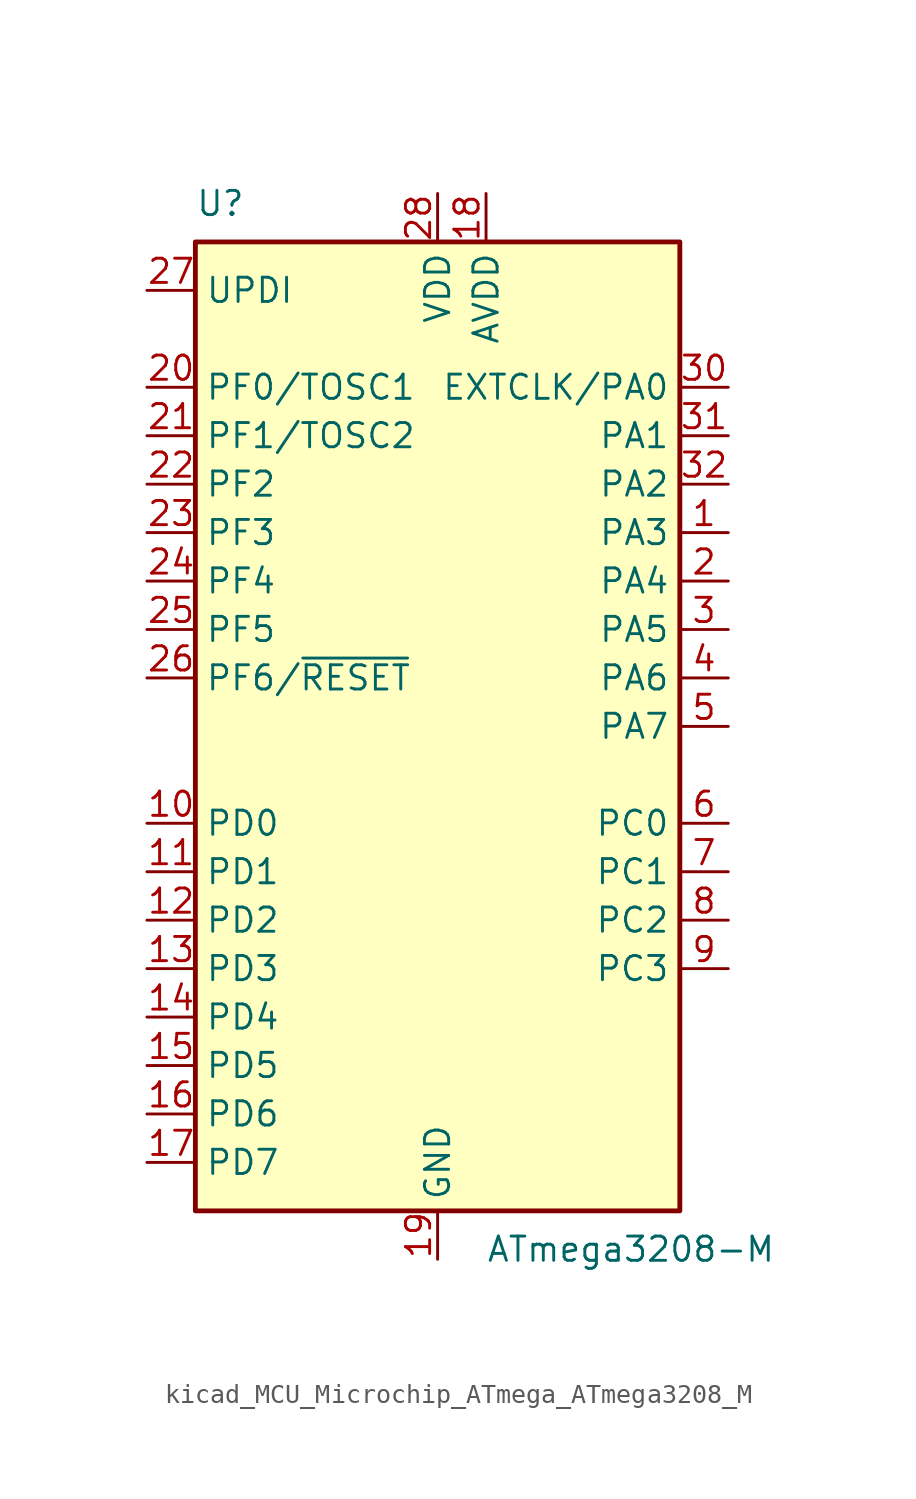
<source format=kicad_sym>
(kicad_symbol_lib
  (version 20220914)
  (generator kicad_symbol_editor)
  (symbol "kicad_MCU_Microchip_ATmega_ATmega3208_M"
    (property "Reference" "U"
      (at -12.7 26.67 0)
      (effects (font (size 1.27 1.27)) (justify left bottom)))
    (property "Value" "ATmega3208-M"
      (at 2.54 -26.67 0)
      (effects (font (size 1.27 1.27)) (justify left top)))
    (symbol "kicad_MCU_Microchip_ATmega_ATmega3208_M_0_1"
      (rectangle (start -12.7 -25.4) (end 12.7 25.4) (stroke (width 0.254) (type default)) (fill (type background))))
    (symbol "kicad_MCU_Microchip_ATmega_ATmega3208_M_1_1"
      (pin bidirectional line (at 15.24 10.16 180) (length 2.54) (name "PA3" (effects (font (size 1.27 1.27)))) (number "1" (effects (font (size 1.27 1.27)))))
      (pin bidirectional line (at -15.24 -5.08 0) (length 2.54) (name "PD0" (effects (font (size 1.27 1.27)))) (number "10" (effects (font (size 1.27 1.27)))))
      (pin bidirectional line (at -15.24 -7.62 0) (length 2.54) (name "PD1" (effects (font (size 1.27 1.27)))) (number "11" (effects (font (size 1.27 1.27)))))
      (pin bidirectional line (at -15.24 -10.16 0) (length 2.54) (name "PD2" (effects (font (size 1.27 1.27)))) (number "12" (effects (font (size 1.27 1.27)))))
      (pin bidirectional line (at -15.24 -12.7 0) (length 2.54) (name "PD3" (effects (font (size 1.27 1.27)))) (number "13" (effects (font (size 1.27 1.27)))))
      (pin bidirectional line (at -15.24 -15.24 0) (length 2.54) (name "PD4" (effects (font (size 1.27 1.27)))) (number "14" (effects (font (size 1.27 1.27)))))
      (pin bidirectional line (at -15.24 -17.78 0) (length 2.54) (name "PD5" (effects (font (size 1.27 1.27)))) (number "15" (effects (font (size 1.27 1.27)))))
      (pin bidirectional line (at -15.24 -20.32 0) (length 2.54) (name "PD6" (effects (font (size 1.27 1.27)))) (number "16" (effects (font (size 1.27 1.27)))))
      (pin bidirectional line (at -15.24 -22.86 0) (length 2.54) (name "PD7" (effects (font (size 1.27 1.27)))) (number "17" (effects (font (size 1.27 1.27)))))
      (pin power_in line (at 2.54 27.94 270) (length 2.54) (name "AVDD" (effects (font (size 1.27 1.27)))) (number "18" (effects (font (size 1.27 1.27)))))
      (pin power_in line (at 0 -27.94 90) (length 2.54) (name "GND" (effects (font (size 1.27 1.27)))) (number "19" (effects (font (size 1.27 1.27)))))
      (pin bidirectional line (at 15.24 7.62 180) (length 2.54) (name "PA4" (effects (font (size 1.27 1.27)))) (number "2" (effects (font (size 1.27 1.27)))))
      (pin bidirectional line (at -15.24 17.78 0) (length 2.54) (name "PF0/TOSC1" (effects (font (size 1.27 1.27)))) (number "20" (effects (font (size 1.27 1.27)))))
      (pin bidirectional line (at -15.24 15.24 0) (length 2.54) (name "PF1/TOSC2" (effects (font (size 1.27 1.27)))) (number "21" (effects (font (size 1.27 1.27)))))
      (pin bidirectional line (at -15.24 12.7 0) (length 2.54) (name "PF2" (effects (font (size 1.27 1.27)))) (number "22" (effects (font (size 1.27 1.27)))))
      (pin bidirectional line (at -15.24 10.16 0) (length 2.54) (name "PF3" (effects (font (size 1.27 1.27)))) (number "23" (effects (font (size 1.27 1.27)))))
      (pin bidirectional line (at -15.24 7.62 0) (length 2.54) (name "PF4" (effects (font (size 1.27 1.27)))) (number "24" (effects (font (size 1.27 1.27)))))
      (pin bidirectional line (at -15.24 5.08 0) (length 2.54) (name "PF5" (effects (font (size 1.27 1.27)))) (number "25" (effects (font (size 1.27 1.27)))))
      (pin bidirectional line (at -15.24 2.54 0) (length 2.54) (name "PF6/~{RESET}" (effects (font (size 1.27 1.27)))) (number "26" (effects (font (size 1.27 1.27)))))
      (pin bidirectional line (at -15.24 22.86 0) (length 2.54) (name "UPDI" (effects (font (size 1.27 1.27)))) (number "27" (effects (font (size 1.27 1.27)))))
      (pin power_in line (at 0 27.94 270) (length 2.54) (name "VDD" (effects (font (size 1.27 1.27)))) (number "28" (effects (font (size 1.27 1.27)))))
      (pin passive line (at 0 -27.94 90) (length 2.54) hide (name "GND" (effects (font (size 1.27 1.27)))) (number "29" (effects (font (size 1.27 1.27)))))
      (pin bidirectional line (at 15.24 5.08 180) (length 2.54) (name "PA5" (effects (font (size 1.27 1.27)))) (number "3" (effects (font (size 1.27 1.27)))))
      (pin bidirectional line (at 15.24 17.78 180) (length 2.54) (name "EXTCLK/PA0" (effects (font (size 1.27 1.27)))) (number "30" (effects (font (size 1.27 1.27)))))
      (pin bidirectional line (at 15.24 15.24 180) (length 2.54) (name "PA1" (effects (font (size 1.27 1.27)))) (number "31" (effects (font (size 1.27 1.27)))))
      (pin bidirectional line (at 15.24 12.7 180) (length 2.54) (name "PA2" (effects (font (size 1.27 1.27)))) (number "32" (effects (font (size 1.27 1.27)))))
      (pin passive line (at 0 -27.94 90) (length 2.54) hide (name "GND" (effects (font (size 1.27 1.27)))) (number "33" (effects (font (size 1.27 1.27)))))
      (pin bidirectional line (at 15.24 2.54 180) (length 2.54) (name "PA6" (effects (font (size 1.27 1.27)))) (number "4" (effects (font (size 1.27 1.27)))))
      (pin bidirectional line (at 15.24 0 180) (length 2.54) (name "PA7" (effects (font (size 1.27 1.27)))) (number "5" (effects (font (size 1.27 1.27)))))
      (pin bidirectional line (at 15.24 -5.08 180) (length 2.54) (name "PC0" (effects (font (size 1.27 1.27)))) (number "6" (effects (font (size 1.27 1.27)))))
      (pin bidirectional line (at 15.24 -7.62 180) (length 2.54) (name "PC1" (effects (font (size 1.27 1.27)))) (number "7" (effects (font (size 1.27 1.27)))))
      (pin bidirectional line (at 15.24 -10.16 180) (length 2.54) (name "PC2" (effects (font (size 1.27 1.27)))) (number "8" (effects (font (size 1.27 1.27)))))
      (pin bidirectional line (at 15.24 -12.7 180) (length 2.54) (name "PC3" (effects (font (size 1.27 1.27)))) (number "9" (effects (font (size 1.27 1.27))))))))
</source>
